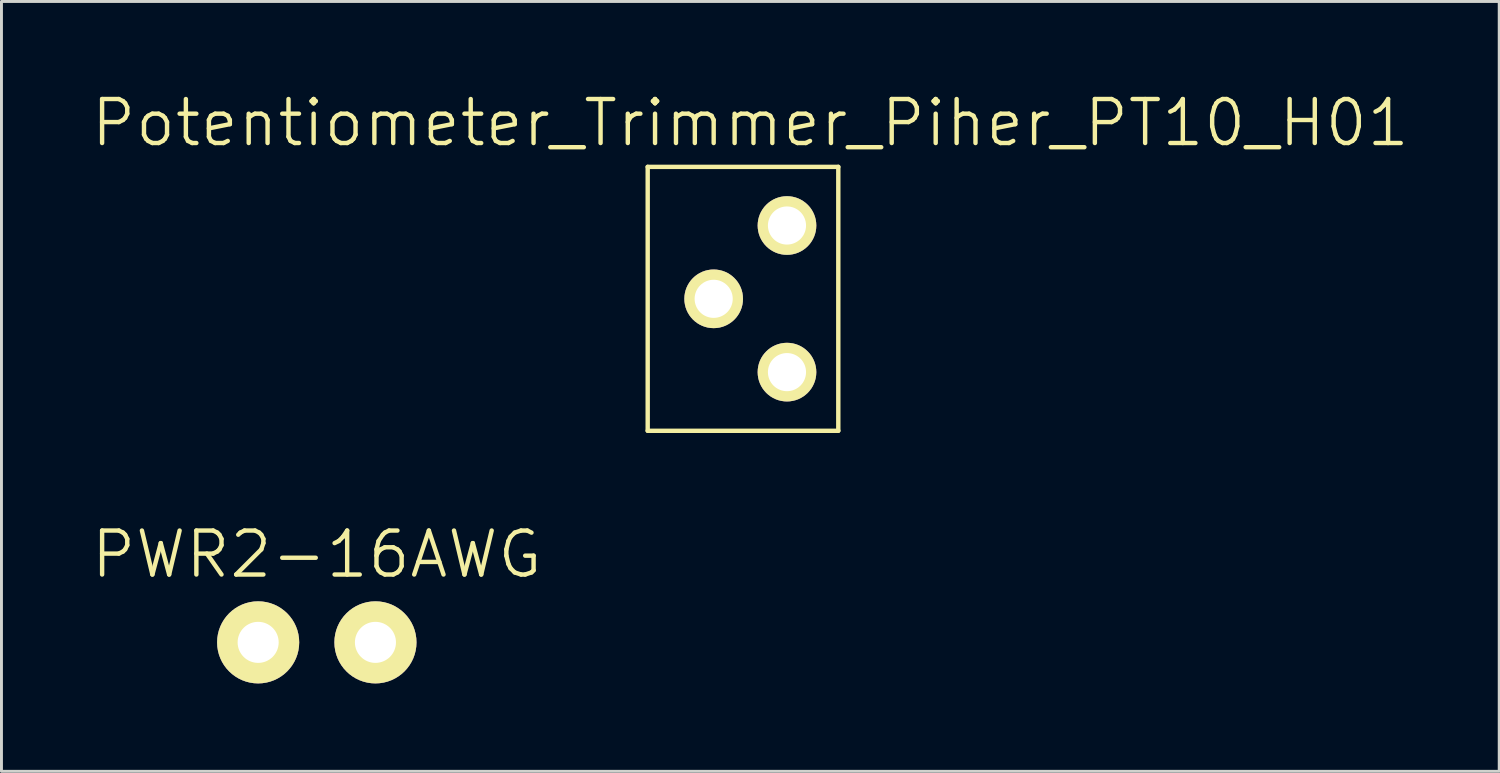
<source format=kicad_pcb>
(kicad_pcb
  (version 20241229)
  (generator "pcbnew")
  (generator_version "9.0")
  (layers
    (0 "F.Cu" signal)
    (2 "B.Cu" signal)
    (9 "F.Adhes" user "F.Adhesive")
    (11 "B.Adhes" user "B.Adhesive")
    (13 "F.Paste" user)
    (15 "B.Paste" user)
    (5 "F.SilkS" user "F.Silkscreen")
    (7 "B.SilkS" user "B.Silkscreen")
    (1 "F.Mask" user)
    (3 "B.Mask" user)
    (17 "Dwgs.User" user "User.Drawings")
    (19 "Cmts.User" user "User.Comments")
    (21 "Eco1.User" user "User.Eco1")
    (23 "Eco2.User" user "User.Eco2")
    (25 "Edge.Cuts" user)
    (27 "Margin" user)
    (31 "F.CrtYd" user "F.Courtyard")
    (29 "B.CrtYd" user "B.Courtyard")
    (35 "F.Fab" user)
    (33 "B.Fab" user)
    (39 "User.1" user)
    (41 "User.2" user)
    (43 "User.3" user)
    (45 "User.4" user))
  (footprint "PWR2-16AWG"
    (layer "F.Cu")
    (at 7.754 18.857)
    (property "Reference" "PWR2-16AWG" (at 0 -3 0) (layer "F.SilkS") (effects (font (size 1.5 1.5) (thickness 0.15))))
    (attr through_hole)
    (pad "1" thru_hole circle (at -2 0) (size 2.8 2.8) (drill 1.4) (layers "*.Cu" "*.Mask" "F.SilkS"))
    (pad "2" thru_hole circle (at 2 0) (size 2.8 2.8) (drill 1.4) (layers "*.Cu" "*.Mask" "F.SilkS")))
  (footprint "Potentiometer_Trimmer_Piher_PT10_H01"
    (layer "F.Cu")
    (at 22.539 7.141)
    (property "Reference" "Potentiometer_Trimmer_Piher_PT10_H01" (at 0 -6 0) (layer "F.SilkS") (effects (font (size 1.5 1.5) (thickness 0.15))))
    (attr through_hole)
    (fp_line (start -3.5 -4.5) (end -3.5 4.5) (stroke (width 0.15) (type solid)) (layer "F.SilkS"))
    (fp_line (start -3.5 4.5) (end 3 4.5) (stroke (width 0.15) (type solid)) (layer "F.SilkS"))
    (fp_line (start 3 -4.5) (end -3.5 -4.5) (stroke (width 0.15) (type solid)) (layer "F.SilkS"))
    (fp_line (start 3 4.5) (end 3 -4.5) (stroke (width 0.15) (type solid)) (layer "F.SilkS"))
    (pad "1" thru_hole circle (at -1.25 0) (size 2 2) (drill 1.3) (layers "*.Cu" "*.Mask" "F.SilkS"))
    (pad "2" thru_hole circle (at 1.25 -2.5) (size 2 2) (drill 1.3) (layers "*.Cu" "*.Mask" "F.SilkS"))
    (pad "3" thru_hole circle (at 1.25 2.5) (size 2 2) (drill 1.3) (layers "*.Cu" "*.Mask" "F.SilkS")))
  (gr_rect
    (start -3 -3)
    (end 48.079 23.256)
    (stroke (width 0.1) (type default))
    (fill no)
    (layer "Edge.Cuts")))
</source>
